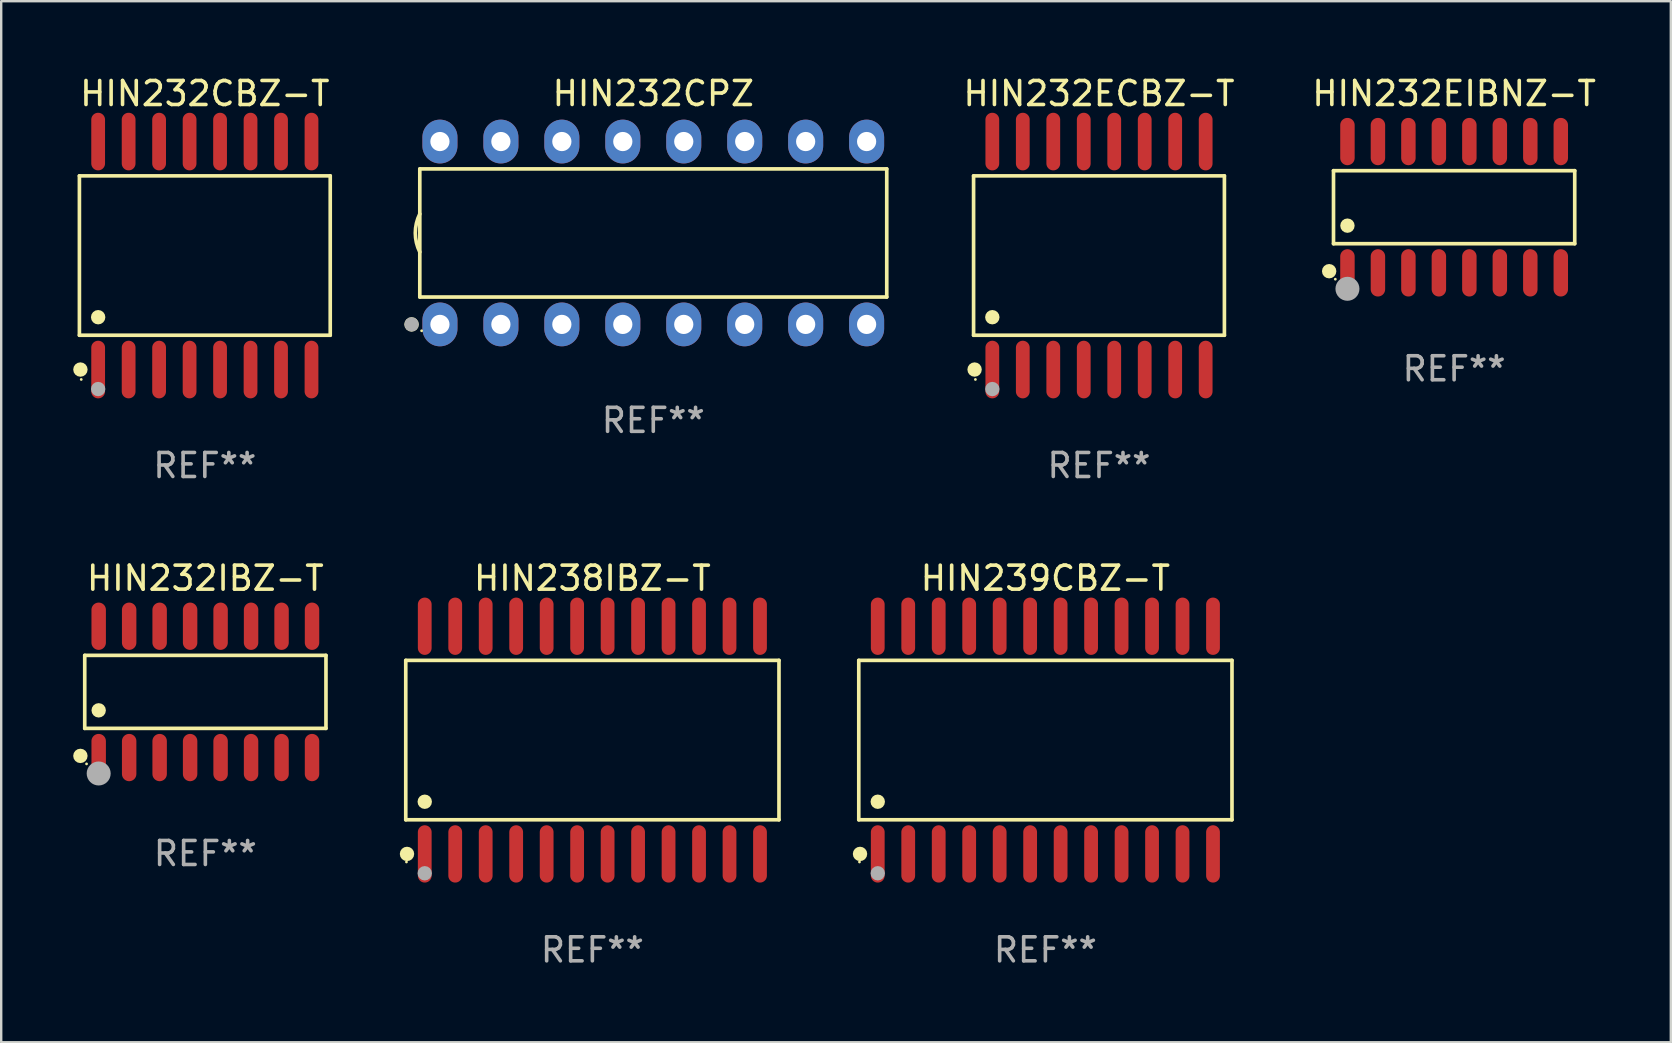
<source format=kicad_pcb>
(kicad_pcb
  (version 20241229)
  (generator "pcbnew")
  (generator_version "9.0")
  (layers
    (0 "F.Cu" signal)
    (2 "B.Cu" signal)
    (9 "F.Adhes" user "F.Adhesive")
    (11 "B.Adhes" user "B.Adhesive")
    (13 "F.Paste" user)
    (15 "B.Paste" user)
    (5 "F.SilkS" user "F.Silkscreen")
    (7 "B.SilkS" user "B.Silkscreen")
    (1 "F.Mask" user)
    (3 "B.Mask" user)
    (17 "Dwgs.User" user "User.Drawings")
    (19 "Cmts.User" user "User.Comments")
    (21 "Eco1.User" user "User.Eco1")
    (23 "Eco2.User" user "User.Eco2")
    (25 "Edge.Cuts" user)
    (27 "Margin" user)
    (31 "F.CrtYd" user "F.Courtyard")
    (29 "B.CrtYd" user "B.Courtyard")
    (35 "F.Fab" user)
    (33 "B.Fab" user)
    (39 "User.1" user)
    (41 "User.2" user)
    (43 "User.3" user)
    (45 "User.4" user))
  (footprint "HIN239CBZ-T"
    (layer "F.Cu")
    (at 40.511 27.789)
    (property "Reference" "HIN239CBZ-T" (at 0 -6.744 0) (layer "F.SilkS") (effects (font (size 1 1) (thickness 0.15))))
    (attr through_hole)
    (fp_line (start -7.776 -3.321) (end 7.776 -3.321) (stroke (width 0.152) (type solid)) (layer "F.SilkS"))
    (fp_line (start -7.776 3.321) (end -7.776 -3.321) (stroke (width 0.152) (type solid)) (layer "F.SilkS"))
    (fp_line (start 7.776 -3.321) (end 7.776 3.321) (stroke (width 0.152) (type solid)) (layer "F.SilkS"))
    (fp_line (start 7.776 3.321) (end -7.776 3.321) (stroke (width 0.152) (type solid)) (layer "F.SilkS"))
    (fp_circle (center -7.747 5.08) (end -7.717 5.08) (stroke (width 0.06) (type solid)) (fill no) (layer "F.SilkS"))
    (fp_circle (center -7.724 4.744) (end -7.574 4.744) (stroke (width 0.3) (type solid)) (fill no) (layer "F.SilkS"))
    (fp_circle (center -6.985 2.569) (end -6.835 2.569) (stroke (width 0.3) (type solid)) (fill no) (layer "F.SilkS"))
    (fp_circle (center -6.985 5.55) (end -6.835 5.55) (stroke (width 0.3) (type solid)) (fill no) (layer "F.Fab"))
    (fp_text user "REF**" (at 0 8.744 0) (layer "F.Fab") (effects (font (size 1 1) (thickness 0.15))))
    (pad "1" smd oval (at -6.985 4.744) (size 0.574 2.388) (layers "F.Cu" "F.Mask" "F.Paste"))
    (pad "2" smd oval (at -5.715 4.744) (size 0.574 2.388) (layers "F.Cu" "F.Mask" "F.Paste"))
    (pad "3" smd oval (at -4.445 4.744) (size 0.574 2.388) (layers "F.Cu" "F.Mask" "F.Paste"))
    (pad "4" smd oval (at -3.175 4.744) (size 0.574 2.388) (layers "F.Cu" "F.Mask" "F.Paste"))
    (pad "5" smd oval (at -1.905 4.744) (size 0.574 2.388) (layers "F.Cu" "F.Mask" "F.Paste"))
    (pad "6" smd oval (at -0.635 4.744) (size 0.574 2.388) (layers "F.Cu" "F.Mask" "F.Paste"))
    (pad "7" smd oval (at 0.635 4.744) (size 0.574 2.388) (layers "F.Cu" "F.Mask" "F.Paste"))
    (pad "8" smd oval (at 1.905 4.744) (size 0.574 2.388) (layers "F.Cu" "F.Mask" "F.Paste"))
    (pad "9" smd oval (at 3.175 4.744) (size 0.574 2.388) (layers "F.Cu" "F.Mask" "F.Paste"))
    (pad "10" smd oval (at 4.445 4.744) (size 0.574 2.388) (layers "F.Cu" "F.Mask" "F.Paste"))
    (pad "11" smd oval (at 5.715 4.744) (size 0.574 2.388) (layers "F.Cu" "F.Mask" "F.Paste"))
    (pad "12" smd oval (at 6.985 4.744) (size 0.574 2.388) (layers "F.Cu" "F.Mask" "F.Paste"))
    (pad "13" smd oval (at 6.985 -4.744) (size 0.574 2.388) (layers "F.Cu" "F.Mask" "F.Paste"))
    (pad "14" smd oval (at 5.715 -4.744) (size 0.574 2.388) (layers "F.Cu" "F.Mask" "F.Paste"))
    (pad "15" smd oval (at 4.445 -4.744) (size 0.574 2.388) (layers "F.Cu" "F.Mask" "F.Paste"))
    (pad "16" smd oval (at 3.175 -4.744) (size 0.574 2.388) (layers "F.Cu" "F.Mask" "F.Paste"))
    (pad "17" smd oval (at 1.905 -4.744) (size 0.574 2.388) (layers "F.Cu" "F.Mask" "F.Paste"))
    (pad "18" smd oval (at 0.635 -4.744) (size 0.574 2.388) (layers "F.Cu" "F.Mask" "F.Paste"))
    (pad "19" smd oval (at -0.635 -4.744) (size 0.574 2.388) (layers "F.Cu" "F.Mask" "F.Paste"))
    (pad "20" smd oval (at -1.905 -4.744) (size 0.574 2.388) (layers "F.Cu" "F.Mask" "F.Paste"))
    (pad "21" smd oval (at -3.175 -4.744) (size 0.574 2.388) (layers "F.Cu" "F.Mask" "F.Paste"))
    (pad "22" smd oval (at -4.445 -4.744) (size 0.574 2.388) (layers "F.Cu" "F.Mask" "F.Paste"))
    (pad "23" smd oval (at -5.715 -4.744) (size 0.574 2.388) (layers "F.Cu" "F.Mask" "F.Paste"))
    (pad "24" smd oval (at -6.985 -4.744) (size 0.574 2.388) (layers "F.Cu" "F.Mask" "F.Paste")))
  (footprint "HIN232EIBNZ-T"
    (layer "F.Cu")
    (at 57.543 5.584)
    (property "Reference" "HIN232EIBNZ-T" (at 0 -4.736 0) (layer "F.SilkS") (effects (font (size 1 1) (thickness 0.15))))
    (attr through_hole)
    (fp_line (start -5.026 -1.521) (end 5.026 -1.521) (stroke (width 0.152) (type solid)) (layer "F.SilkS"))
    (fp_line (start -5.026 1.521) (end -5.026 -1.521) (stroke (width 0.152) (type solid)) (layer "F.SilkS"))
    (fp_line (start 5.026 -1.521) (end 5.026 1.521) (stroke (width 0.152) (type solid)) (layer "F.SilkS"))
    (fp_line (start 5.026 1.521) (end -5.026 1.521) (stroke (width 0.152) (type solid)) (layer "F.SilkS"))
    (fp_circle (center -5.207 2.667) (end -5.057 2.667) (stroke (width 0.3) (type solid)) (fill no) (layer "F.SilkS"))
    (fp_circle (center -4.95 3) (end -4.92 3) (stroke (width 0.06) (type solid)) (fill no) (layer "F.SilkS"))
    (fp_circle (center -4.445 0.769) (end -4.295 0.769) (stroke (width 0.3) (type solid)) (fill no) (layer "F.SilkS"))
    (fp_circle (center -4.445 3.4) (end -4.195 3.4) (stroke (width 0.5) (type solid)) (fill no) (layer "F.Fab"))
    (fp_text user "REF**" (at 0 6.736 0) (layer "F.Fab") (effects (font (size 1 1) (thickness 0.15))))
    (pad "1" smd oval (at -4.445 2.736) (size 0.602 1.971) (layers "F.Cu" "F.Mask" "F.Paste"))
    (pad "2" smd oval (at -3.175 2.736) (size 0.602 1.971) (layers "F.Cu" "F.Mask" "F.Paste"))
    (pad "3" smd oval (at -1.905 2.736) (size 0.602 1.971) (layers "F.Cu" "F.Mask" "F.Paste"))
    (pad "4" smd oval (at -0.635 2.736) (size 0.602 1.971) (layers "F.Cu" "F.Mask" "F.Paste"))
    (pad "5" smd oval (at 0.635 2.736) (size 0.602 1.971) (layers "F.Cu" "F.Mask" "F.Paste"))
    (pad "6" smd oval (at 1.905 2.736) (size 0.602 1.971) (layers "F.Cu" "F.Mask" "F.Paste"))
    (pad "7" smd oval (at 3.175 2.736) (size 0.602 1.971) (layers "F.Cu" "F.Mask" "F.Paste"))
    (pad "8" smd oval (at 4.445 2.736) (size 0.602 1.971) (layers "F.Cu" "F.Mask" "F.Paste"))
    (pad "9" smd oval (at 4.445 -2.736) (size 0.602 1.971) (layers "F.Cu" "F.Mask" "F.Paste"))
    (pad "10" smd oval (at 3.175 -2.736) (size 0.602 1.971) (layers "F.Cu" "F.Mask" "F.Paste"))
    (pad "11" smd oval (at 1.905 -2.736) (size 0.602 1.971) (layers "F.Cu" "F.Mask" "F.Paste"))
    (pad "12" smd oval (at 0.635 -2.736) (size 0.602 1.971) (layers "F.Cu" "F.Mask" "F.Paste"))
    (pad "13" smd oval (at -0.635 -2.736) (size 0.602 1.971) (layers "F.Cu" "F.Mask" "F.Paste"))
    (pad "14" smd oval (at -1.905 -2.736) (size 0.602 1.971) (layers "F.Cu" "F.Mask" "F.Paste"))
    (pad "15" smd oval (at -3.175 -2.736) (size 0.602 1.971) (layers "F.Cu" "F.Mask" "F.Paste"))
    (pad "16" smd oval (at -4.445 -2.736) (size 0.602 1.971) (layers "F.Cu" "F.Mask" "F.Paste")))
  (footprint "HIN232CPZ"
    (layer "F.Cu")
    (at 24.172 6.658)
    (property "Reference" "HIN232CPZ" (at 0 -5.81 0) (layer "F.SilkS") (effects (font (size 1 1) (thickness 0.15))))
    (attr through_hole)
    (fp_line (start -9.729 -2.669) (end 9.729 -2.669) (stroke (width 0.152) (type solid)) (layer "F.SilkS"))
    (fp_line (start -9.729 2.669) (end -9.729 -2.669) (stroke (width 0.152) (type solid)) (layer "F.SilkS"))
    (fp_line (start 9.729 -2.669) (end 9.729 2.669) (stroke (width 0.152) (type solid)) (layer "F.SilkS"))
    (fp_line (start 9.729 2.669) (end -9.729 2.669) (stroke (width 0.152) (type solid)) (layer "F.SilkS"))
    (fp_arc (start -9.728727 0.793751) (mid -9.916106 0) (end -9.728727 -0.793752) (stroke (width 0.1524) (type solid)) (layer "F.SilkS"))
    (fp_circle (center -10.072 3.81) (end -9.922 3.81) (stroke (width 0.3) (type solid)) (fill no) (layer "F.SilkS"))
    (fp_circle (center -9.653 4.075) (end -9.623 4.075) (stroke (width 0.06) (type solid)) (fill no) (layer "F.SilkS"))
    (fp_circle (center -10.072 3.81) (end -9.922 3.81) (stroke (width 0.3) (type solid)) (fill no) (layer "F.Fab"))
    (fp_text user "REF**" (at 0 7.81 0) (layer "F.Fab") (effects (font (size 1 1) (thickness 0.15))))
    (pad "1" thru_hole oval (at -8.89 3.81) (size 1.46 1.825) (drill 0.8) (layers "*.Cu" "*.Mask"))
    (pad "2" thru_hole oval (at -6.35 3.81) (size 1.46 1.825) (drill 0.8) (layers "*.Cu" "*.Mask"))
    (pad "3" thru_hole oval (at -3.81 3.81) (size 1.46 1.825) (drill 0.8) (layers "*.Cu" "*.Mask"))
    (pad "4" thru_hole oval (at -1.27 3.81) (size 1.46 1.825) (drill 0.8) (layers "*.Cu" "*.Mask"))
    (pad "5" thru_hole oval (at 1.27 3.81) (size 1.46 1.825) (drill 0.8) (layers "*.Cu" "*.Mask"))
    (pad "6" thru_hole oval (at 3.81 3.81) (size 1.46 1.825) (drill 0.8) (layers "*.Cu" "*.Mask"))
    (pad "7" thru_hole oval (at 6.35 3.81) (size 1.46 1.825) (drill 0.8) (layers "*.Cu" "*.Mask"))
    (pad "8" thru_hole oval (at 8.89 3.81) (size 1.46 1.825) (drill 0.8) (layers "*.Cu" "*.Mask"))
    (pad "9" thru_hole oval (at 8.89 -3.81) (size 1.46 1.825) (drill 0.8) (layers "*.Cu" "*.Mask"))
    (pad "10" thru_hole oval (at 6.35 -3.81) (size 1.46 1.825) (drill 0.8) (layers "*.Cu" "*.Mask"))
    (pad "11" thru_hole oval (at 3.81 -3.81) (size 1.46 1.825) (drill 0.8) (layers "*.Cu" "*.Mask"))
    (pad "12" thru_hole oval (at 1.27 -3.81) (size 1.46 1.825) (drill 0.8) (layers "*.Cu" "*.Mask"))
    (pad "13" thru_hole oval (at -1.27 -3.81) (size 1.46 1.825) (drill 0.8) (layers "*.Cu" "*.Mask"))
    (pad "14" thru_hole oval (at -3.81 -3.81) (size 1.46 1.825) (drill 0.8) (layers "*.Cu" "*.Mask"))
    (pad "15" thru_hole oval (at -6.35 -3.81) (size 1.46 1.825) (drill 0.8) (layers "*.Cu" "*.Mask"))
    (pad "16" thru_hole oval (at -8.89 -3.81) (size 1.46 1.825) (drill 0.8) (layers "*.Cu" "*.Mask")))
  (footprint "HIN232IBZ-T"
    (layer "F.Cu")
    (at 5.507 25.781)
    (property "Reference" "HIN232IBZ-T" (at 0 -4.736 0) (layer "F.SilkS") (effects (font (size 1 1) (thickness 0.15))))
    (attr through_hole)
    (fp_line (start -5.026 -1.521) (end 5.026 -1.521) (stroke (width 0.152) (type solid)) (layer "F.SilkS"))
    (fp_line (start -5.026 1.521) (end -5.026 -1.521) (stroke (width 0.152) (type solid)) (layer "F.SilkS"))
    (fp_line (start 5.026 -1.521) (end 5.026 1.521) (stroke (width 0.152) (type solid)) (layer "F.SilkS"))
    (fp_line (start 5.026 1.521) (end -5.026 1.521) (stroke (width 0.152) (type solid)) (layer "F.SilkS"))
    (fp_circle (center -5.207 2.667) (end -5.057 2.667) (stroke (width 0.3) (type solid)) (fill no) (layer "F.SilkS"))
    (fp_circle (center -4.95 3) (end -4.92 3) (stroke (width 0.06) (type solid)) (fill no) (layer "F.SilkS"))
    (fp_circle (center -4.445 0.769) (end -4.295 0.769) (stroke (width 0.3) (type solid)) (fill no) (layer "F.SilkS"))
    (fp_circle (center -4.445 3.4) (end -4.195 3.4) (stroke (width 0.5) (type solid)) (fill no) (layer "F.Fab"))
    (fp_text user "REF**" (at 0 6.736 0) (layer "F.Fab") (effects (font (size 1 1) (thickness 0.15))))
    (pad "1" smd oval (at -4.445 2.736) (size 0.602 1.971) (layers "F.Cu" "F.Mask" "F.Paste"))
    (pad "2" smd oval (at -3.175 2.736) (size 0.602 1.971) (layers "F.Cu" "F.Mask" "F.Paste"))
    (pad "3" smd oval (at -1.905 2.736) (size 0.602 1.971) (layers "F.Cu" "F.Mask" "F.Paste"))
    (pad "4" smd oval (at -0.635 2.736) (size 0.602 1.971) (layers "F.Cu" "F.Mask" "F.Paste"))
    (pad "5" smd oval (at 0.635 2.736) (size 0.602 1.971) (layers "F.Cu" "F.Mask" "F.Paste"))
    (pad "6" smd oval (at 1.905 2.736) (size 0.602 1.971) (layers "F.Cu" "F.Mask" "F.Paste"))
    (pad "7" smd oval (at 3.175 2.736) (size 0.602 1.971) (layers "F.Cu" "F.Mask" "F.Paste"))
    (pad "8" smd oval (at 4.445 2.736) (size 0.602 1.971) (layers "F.Cu" "F.Mask" "F.Paste"))
    (pad "9" smd oval (at 4.445 -2.736) (size 0.602 1.971) (layers "F.Cu" "F.Mask" "F.Paste"))
    (pad "10" smd oval (at 3.175 -2.736) (size 0.602 1.971) (layers "F.Cu" "F.Mask" "F.Paste"))
    (pad "11" smd oval (at 1.905 -2.736) (size 0.602 1.971) (layers "F.Cu" "F.Mask" "F.Paste"))
    (pad "12" smd oval (at 0.635 -2.736) (size 0.602 1.971) (layers "F.Cu" "F.Mask" "F.Paste"))
    (pad "13" smd oval (at -0.635 -2.736) (size 0.602 1.971) (layers "F.Cu" "F.Mask" "F.Paste"))
    (pad "14" smd oval (at -1.905 -2.736) (size 0.602 1.971) (layers "F.Cu" "F.Mask" "F.Paste"))
    (pad "15" smd oval (at -3.175 -2.736) (size 0.602 1.971) (layers "F.Cu" "F.Mask" "F.Paste"))
    (pad "16" smd oval (at -4.445 -2.736) (size 0.602 1.971) (layers "F.Cu" "F.Mask" "F.Paste")))
  (footprint "HIN232ECBZ-T"
    (layer "F.Cu")
    (at 42.745 7.599)
    (property "Reference" "HIN232ECBZ-T" (at 0 -6.75 0) (layer "F.SilkS") (effects (font (size 1 1) (thickness 0.15))))
    (attr through_hole)
    (fp_line (start -5.226 -3.321) (end 5.226 -3.321) (stroke (width 0.152) (type solid)) (layer "F.SilkS"))
    (fp_line (start -5.226 3.321) (end -5.226 -3.321) (stroke (width 0.152) (type solid)) (layer "F.SilkS"))
    (fp_line (start 5.226 -3.321) (end 5.226 3.321) (stroke (width 0.152) (type solid)) (layer "F.SilkS"))
    (fp_line (start 5.226 3.321) (end -5.226 3.321) (stroke (width 0.152) (type solid)) (layer "F.SilkS"))
    (fp_circle (center -5.184 4.75) (end -5.034 4.75) (stroke (width 0.3) (type solid)) (fill no) (layer "F.SilkS"))
    (fp_circle (center -5.15 5.163) (end -5.12 5.163) (stroke (width 0.06) (type solid)) (fill no) (layer "F.SilkS"))
    (fp_circle (center -4.445 2.569) (end -4.295 2.569) (stroke (width 0.3) (type solid)) (fill no) (layer "F.SilkS"))
    (fp_circle (center -4.445 5.563) (end -4.295 5.563) (stroke (width 0.3) (type solid)) (fill no) (layer "F.Fab"))
    (fp_text user "REF**" (at 0 8.75 0) (layer "F.Fab") (effects (font (size 1 1) (thickness 0.15))))
    (pad "1" smd oval (at -4.445 4.75) (size 0.574 2.401) (layers "F.Cu" "F.Mask" "F.Paste"))
    (pad "2" smd oval (at -3.175 4.75) (size 0.574 2.401) (layers "F.Cu" "F.Mask" "F.Paste"))
    (pad "3" smd oval (at -1.905 4.75) (size 0.574 2.401) (layers "F.Cu" "F.Mask" "F.Paste"))
    (pad "4" smd oval (at -0.635 4.75) (size 0.574 2.401) (layers "F.Cu" "F.Mask" "F.Paste"))
    (pad "5" smd oval (at 0.635 4.75) (size 0.574 2.401) (layers "F.Cu" "F.Mask" "F.Paste"))
    (pad "6" smd oval (at 1.905 4.75) (size 0.574 2.401) (layers "F.Cu" "F.Mask" "F.Paste"))
    (pad "7" smd oval (at 3.175 4.75) (size 0.574 2.401) (layers "F.Cu" "F.Mask" "F.Paste"))
    (pad "8" smd oval (at 4.445 4.75) (size 0.574 2.401) (layers "F.Cu" "F.Mask" "F.Paste"))
    (pad "9" smd oval (at 4.445 -4.75) (size 0.574 2.401) (layers "F.Cu" "F.Mask" "F.Paste"))
    (pad "10" smd oval (at 3.175 -4.75) (size 0.574 2.401) (layers "F.Cu" "F.Mask" "F.Paste"))
    (pad "11" smd oval (at 1.905 -4.75) (size 0.574 2.401) (layers "F.Cu" "F.Mask" "F.Paste"))
    (pad "12" smd oval (at 0.635 -4.75) (size 0.574 2.401) (layers "F.Cu" "F.Mask" "F.Paste"))
    (pad "13" smd oval (at -0.635 -4.75) (size 0.574 2.401) (layers "F.Cu" "F.Mask" "F.Paste"))
    (pad "14" smd oval (at -1.905 -4.75) (size 0.574 2.401) (layers "F.Cu" "F.Mask" "F.Paste"))
    (pad "15" smd oval (at -3.175 -4.75) (size 0.574 2.401) (layers "F.Cu" "F.Mask" "F.Paste"))
    (pad "16" smd oval (at -4.445 -4.75) (size 0.574 2.401) (layers "F.Cu" "F.Mask" "F.Paste")))
  (footprint "HIN232CBZ-T"
    (layer "F.Cu")
    (at 5.485 7.599)
    (property "Reference" "HIN232CBZ-T" (at 0 -6.75 0) (layer "F.SilkS") (effects (font (size 1 1) (thickness 0.15))))
    (attr through_hole)
    (fp_line (start -5.226 -3.321) (end 5.226 -3.321) (stroke (width 0.152) (type solid)) (layer "F.SilkS"))
    (fp_line (start -5.226 3.321) (end -5.226 -3.321) (stroke (width 0.152) (type solid)) (layer "F.SilkS"))
    (fp_line (start 5.226 -3.321) (end 5.226 3.321) (stroke (width 0.152) (type solid)) (layer "F.SilkS"))
    (fp_line (start 5.226 3.321) (end -5.226 3.321) (stroke (width 0.152) (type solid)) (layer "F.SilkS"))
    (fp_circle (center -5.184 4.75) (end -5.034 4.75) (stroke (width 0.3) (type solid)) (fill no) (layer "F.SilkS"))
    (fp_circle (center -5.15 5.163) (end -5.12 5.163) (stroke (width 0.06) (type solid)) (fill no) (layer "F.SilkS"))
    (fp_circle (center -4.445 2.569) (end -4.295 2.569) (stroke (width 0.3) (type solid)) (fill no) (layer "F.SilkS"))
    (fp_circle (center -4.445 5.563) (end -4.295 5.563) (stroke (width 0.3) (type solid)) (fill no) (layer "F.Fab"))
    (fp_text user "REF**" (at 0 8.75 0) (layer "F.Fab") (effects (font (size 1 1) (thickness 0.15))))
    (pad "1" smd oval (at -4.445 4.75) (size 0.574 2.401) (layers "F.Cu" "F.Mask" "F.Paste"))
    (pad "2" smd oval (at -3.175 4.75) (size 0.574 2.401) (layers "F.Cu" "F.Mask" "F.Paste"))
    (pad "3" smd oval (at -1.905 4.75) (size 0.574 2.401) (layers "F.Cu" "F.Mask" "F.Paste"))
    (pad "4" smd oval (at -0.635 4.75) (size 0.574 2.401) (layers "F.Cu" "F.Mask" "F.Paste"))
    (pad "5" smd oval (at 0.635 4.75) (size 0.574 2.401) (layers "F.Cu" "F.Mask" "F.Paste"))
    (pad "6" smd oval (at 1.905 4.75) (size 0.574 2.401) (layers "F.Cu" "F.Mask" "F.Paste"))
    (pad "7" smd oval (at 3.175 4.75) (size 0.574 2.401) (layers "F.Cu" "F.Mask" "F.Paste"))
    (pad "8" smd oval (at 4.445 4.75) (size 0.574 2.401) (layers "F.Cu" "F.Mask" "F.Paste"))
    (pad "9" smd oval (at 4.445 -4.75) (size 0.574 2.401) (layers "F.Cu" "F.Mask" "F.Paste"))
    (pad "10" smd oval (at 3.175 -4.75) (size 0.574 2.401) (layers "F.Cu" "F.Mask" "F.Paste"))
    (pad "11" smd oval (at 1.905 -4.75) (size 0.574 2.401) (layers "F.Cu" "F.Mask" "F.Paste"))
    (pad "12" smd oval (at 0.635 -4.75) (size 0.574 2.401) (layers "F.Cu" "F.Mask" "F.Paste"))
    (pad "13" smd oval (at -0.635 -4.75) (size 0.574 2.401) (layers "F.Cu" "F.Mask" "F.Paste"))
    (pad "14" smd oval (at -1.905 -4.75) (size 0.574 2.401) (layers "F.Cu" "F.Mask" "F.Paste"))
    (pad "15" smd oval (at -3.175 -4.75) (size 0.574 2.401) (layers "F.Cu" "F.Mask" "F.Paste"))
    (pad "16" smd oval (at -4.445 -4.75) (size 0.574 2.401) (layers "F.Cu" "F.Mask" "F.Paste")))
  (footprint "HIN238IBZ-T"
    (layer "F.Cu")
    (at 21.634 27.789)
    (property "Reference" "HIN238IBZ-T" (at 0 -6.744 0) (layer "F.SilkS") (effects (font (size 1 1) (thickness 0.15))))
    (attr through_hole)
    (fp_line (start -7.776 -3.321) (end 7.776 -3.321) (stroke (width 0.152) (type solid)) (layer "F.SilkS"))
    (fp_line (start -7.776 3.321) (end -7.776 -3.321) (stroke (width 0.152) (type solid)) (layer "F.SilkS"))
    (fp_line (start 7.776 -3.321) (end 7.776 3.321) (stroke (width 0.152) (type solid)) (layer "F.SilkS"))
    (fp_line (start 7.776 3.321) (end -7.776 3.321) (stroke (width 0.152) (type solid)) (layer "F.SilkS"))
    (fp_circle (center -7.747 5.08) (end -7.717 5.08) (stroke (width 0.06) (type solid)) (fill no) (layer "F.SilkS"))
    (fp_circle (center -7.724 4.744) (end -7.574 4.744) (stroke (width 0.3) (type solid)) (fill no) (layer "F.SilkS"))
    (fp_circle (center -6.985 2.569) (end -6.835 2.569) (stroke (width 0.3) (type solid)) (fill no) (layer "F.SilkS"))
    (fp_circle (center -6.985 5.55) (end -6.835 5.55) (stroke (width 0.3) (type solid)) (fill no) (layer "F.Fab"))
    (fp_text user "REF**" (at 0 8.744 0) (layer "F.Fab") (effects (font (size 1 1) (thickness 0.15))))
    (pad "1" smd oval (at -6.985 4.744) (size 0.574 2.388) (layers "F.Cu" "F.Mask" "F.Paste"))
    (pad "2" smd oval (at -5.715 4.744) (size 0.574 2.388) (layers "F.Cu" "F.Mask" "F.Paste"))
    (pad "3" smd oval (at -4.445 4.744) (size 0.574 2.388) (layers "F.Cu" "F.Mask" "F.Paste"))
    (pad "4" smd oval (at -3.175 4.744) (size 0.574 2.388) (layers "F.Cu" "F.Mask" "F.Paste"))
    (pad "5" smd oval (at -1.905 4.744) (size 0.574 2.388) (layers "F.Cu" "F.Mask" "F.Paste"))
    (pad "6" smd oval (at -0.635 4.744) (size 0.574 2.388) (layers "F.Cu" "F.Mask" "F.Paste"))
    (pad "7" smd oval (at 0.635 4.744) (size 0.574 2.388) (layers "F.Cu" "F.Mask" "F.Paste"))
    (pad "8" smd oval (at 1.905 4.744) (size 0.574 2.388) (layers "F.Cu" "F.Mask" "F.Paste"))
    (pad "9" smd oval (at 3.175 4.744) (size 0.574 2.388) (layers "F.Cu" "F.Mask" "F.Paste"))
    (pad "10" smd oval (at 4.445 4.744) (size 0.574 2.388) (layers "F.Cu" "F.Mask" "F.Paste"))
    (pad "11" smd oval (at 5.715 4.744) (size 0.574 2.388) (layers "F.Cu" "F.Mask" "F.Paste"))
    (pad "12" smd oval (at 6.985 4.744) (size 0.574 2.388) (layers "F.Cu" "F.Mask" "F.Paste"))
    (pad "13" smd oval (at 6.985 -4.744) (size 0.574 2.388) (layers "F.Cu" "F.Mask" "F.Paste"))
    (pad "14" smd oval (at 5.715 -4.744) (size 0.574 2.388) (layers "F.Cu" "F.Mask" "F.Paste"))
    (pad "15" smd oval (at 4.445 -4.744) (size 0.574 2.388) (layers "F.Cu" "F.Mask" "F.Paste"))
    (pad "16" smd oval (at 3.175 -4.744) (size 0.574 2.388) (layers "F.Cu" "F.Mask" "F.Paste"))
    (pad "17" smd oval (at 1.905 -4.744) (size 0.574 2.388) (layers "F.Cu" "F.Mask" "F.Paste"))
    (pad "18" smd oval (at 0.635 -4.744) (size 0.574 2.388) (layers "F.Cu" "F.Mask" "F.Paste"))
    (pad "19" smd oval (at -0.635 -4.744) (size 0.574 2.388) (layers "F.Cu" "F.Mask" "F.Paste"))
    (pad "20" smd oval (at -1.905 -4.744) (size 0.574 2.388) (layers "F.Cu" "F.Mask" "F.Paste"))
    (pad "21" smd oval (at -3.175 -4.744) (size 0.574 2.388) (layers "F.Cu" "F.Mask" "F.Paste"))
    (pad "22" smd oval (at -4.445 -4.744) (size 0.574 2.388) (layers "F.Cu" "F.Mask" "F.Paste"))
    (pad "23" smd oval (at -5.715 -4.744) (size 0.574 2.388) (layers "F.Cu" "F.Mask" "F.Paste"))
    (pad "24" smd oval (at -6.985 -4.744) (size 0.574 2.388) (layers "F.Cu" "F.Mask" "F.Paste")))
  (gr_rect
    (start -3 -3)
    (end 66.573 40.382)
    (stroke (width 0.1) (type default))
    (fill no)
    (layer "Edge.Cuts")))
</source>
